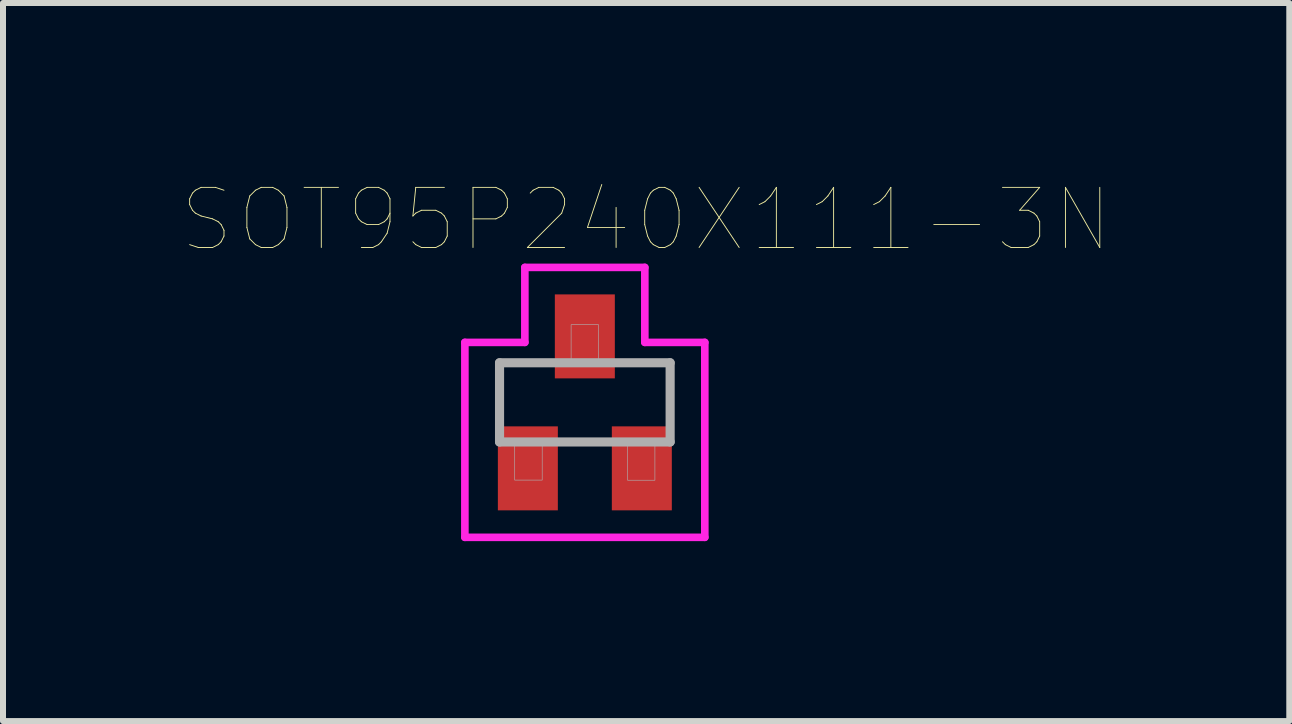
<source format=kicad_pcb>
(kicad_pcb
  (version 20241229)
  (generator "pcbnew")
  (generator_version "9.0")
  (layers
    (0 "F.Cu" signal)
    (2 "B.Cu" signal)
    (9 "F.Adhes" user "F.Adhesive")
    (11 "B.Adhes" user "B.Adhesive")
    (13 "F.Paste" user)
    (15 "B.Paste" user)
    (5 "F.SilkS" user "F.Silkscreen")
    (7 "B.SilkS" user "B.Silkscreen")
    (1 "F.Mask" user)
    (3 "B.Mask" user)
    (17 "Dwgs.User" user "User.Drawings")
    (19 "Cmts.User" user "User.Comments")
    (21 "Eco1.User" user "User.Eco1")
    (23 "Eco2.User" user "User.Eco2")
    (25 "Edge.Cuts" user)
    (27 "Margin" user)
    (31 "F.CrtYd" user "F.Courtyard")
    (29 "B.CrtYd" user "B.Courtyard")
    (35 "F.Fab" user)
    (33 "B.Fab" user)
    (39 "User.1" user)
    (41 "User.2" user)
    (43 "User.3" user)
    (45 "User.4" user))
  (footprint "SOT95P240X111-3N"
    (layer "F.Cu")
    (at 6.7 3.658)
    (property "Reference" "SOT95P240X111-3N" (at 1.022 -3.045 0) (layer "F.SilkS") (effects (font (size 1.002 1.002) (thickness 0.015))))
    (attr through_hole)
    (fp_line (start -2 -1) (end -1 -1) (stroke (width 0.127) (type solid)) (layer "F.CrtYd"))
    (fp_line (start -2 2.25) (end -2 -1) (stroke (width 0.127) (type solid)) (layer "F.CrtYd"))
    (fp_line (start -1 -2.25) (end 1 -2.25) (stroke (width 0.127) (type solid)) (layer "F.CrtYd"))
    (fp_line (start -1 -1) (end -1 -2.25) (stroke (width 0.127) (type solid)) (layer "F.CrtYd"))
    (fp_line (start 1 -2.25) (end 1 -1) (stroke (width 0.127) (type solid)) (layer "F.CrtYd"))
    (fp_line (start 1 -1) (end 2 -1) (stroke (width 0.127) (type solid)) (layer "F.CrtYd"))
    (fp_line (start 2 -1) (end 2 2.25) (stroke (width 0.127) (type solid)) (layer "F.CrtYd"))
    (fp_line (start 2 2.25) (end -2 2.25) (stroke (width 0.127) (type solid)) (layer "F.CrtYd"))
    (fp_line (start -1.422 -0.66) (end 1.422 -0.66) (stroke (width 0.152) (type solid)) (layer "F.Fab"))
    (fp_line (start -1.422 0.66) (end -1.422 -0.66) (stroke (width 0.152) (type solid)) (layer "F.Fab"))
    (fp_line (start 1.422 -0.66) (end 1.422 0.66) (stroke (width 0.152) (type solid)) (layer "F.Fab"))
    (fp_line (start 1.422 0.66) (end -1.422 0.66) (stroke (width 0.152) (type solid)) (layer "F.Fab"))
    (fp_poly (pts (xy -1.169 0.711) (xy -0.711 0.711) (xy -0.711 1.296) (xy -1.169 1.296)) (stroke (width 0.01) (type solid)) (fill no) (layer "F.Fab"))
    (fp_poly (pts (xy -0.229 -1.295) (xy 0.229 -1.295) (xy 0.229 -0.712) (xy -0.229 -0.712)) (stroke (width 0.01) (type solid)) (fill no) (layer "F.Fab"))
    (fp_poly (pts (xy 0.712 0.711) (xy 1.168 0.711) (xy 1.168 1.298) (xy 0.712 1.298)) (stroke (width 0.01) (type solid)) (fill no) (layer "F.Fab"))
    (pad "1" smd rect (at -0.95 1.1) (size 1 1.4) (layers "F.Cu" "F.Mask" "F.Paste"))
    (pad "2" smd rect (at 0.95 1.1) (size 1 1.4) (layers "F.Cu" "F.Mask" "F.Paste"))
    (pad "3" smd rect (at 0 -1.1) (size 1 1.4) (layers "F.Cu" "F.Mask" "F.Paste")))
  (gr_rect
    (start -3 -3)
    (end 18.444 8.971)
    (stroke (width 0.1) (type default))
    (fill no)
    (layer "Edge.Cuts")))
</source>
